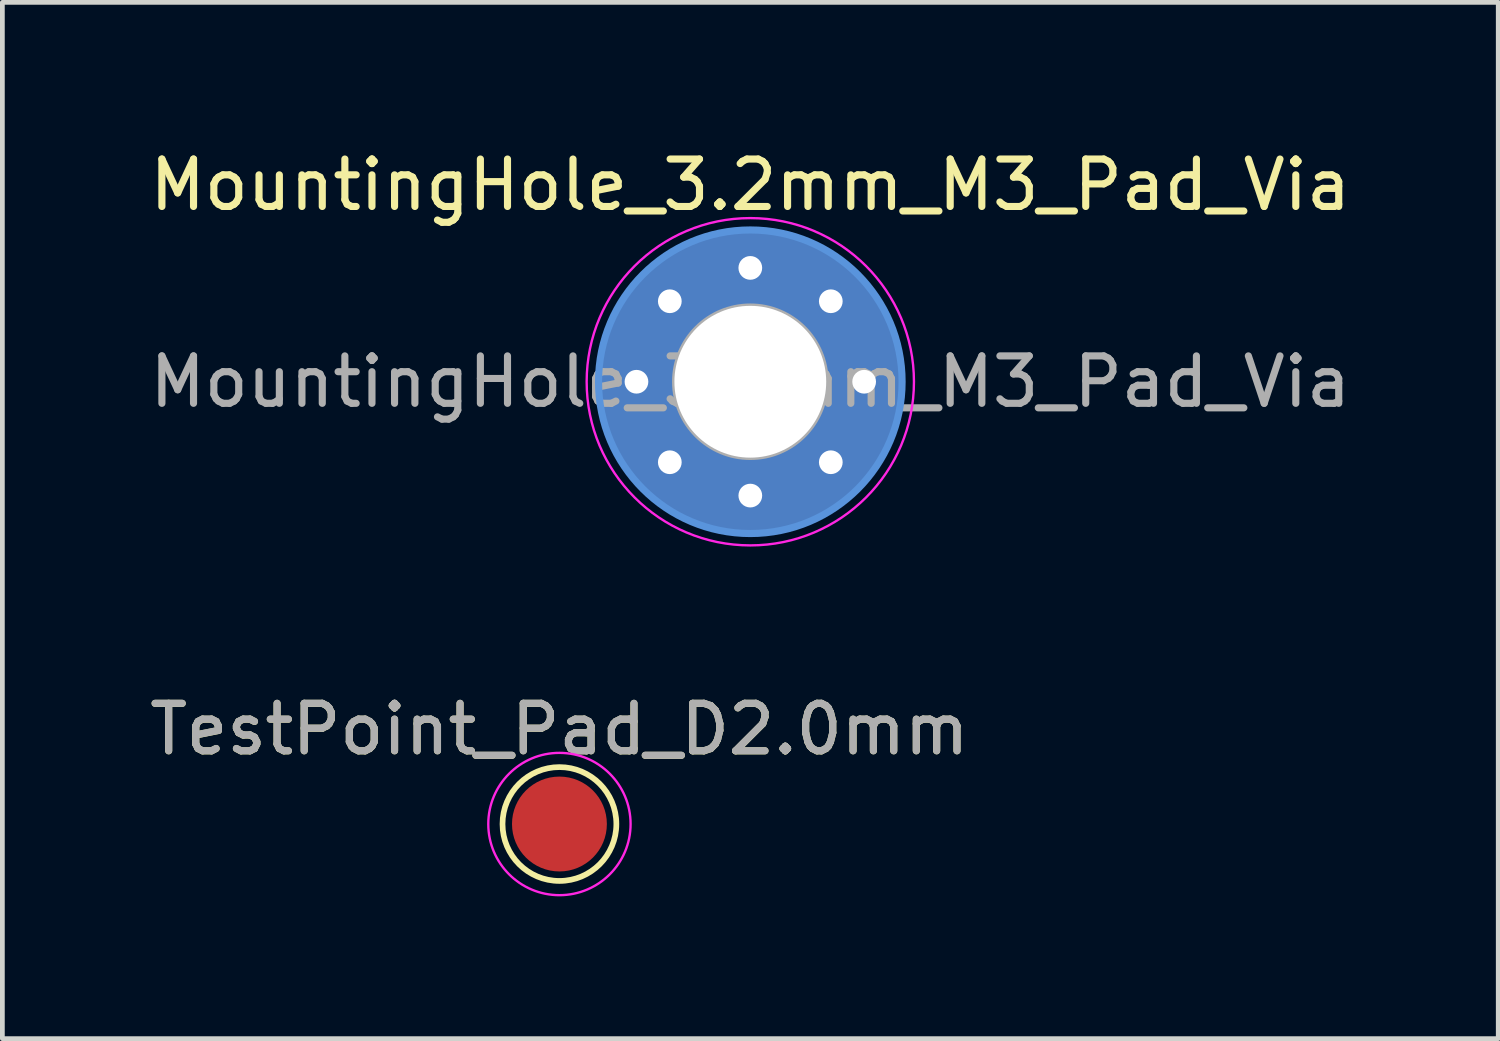
<source format=kicad_pcb>
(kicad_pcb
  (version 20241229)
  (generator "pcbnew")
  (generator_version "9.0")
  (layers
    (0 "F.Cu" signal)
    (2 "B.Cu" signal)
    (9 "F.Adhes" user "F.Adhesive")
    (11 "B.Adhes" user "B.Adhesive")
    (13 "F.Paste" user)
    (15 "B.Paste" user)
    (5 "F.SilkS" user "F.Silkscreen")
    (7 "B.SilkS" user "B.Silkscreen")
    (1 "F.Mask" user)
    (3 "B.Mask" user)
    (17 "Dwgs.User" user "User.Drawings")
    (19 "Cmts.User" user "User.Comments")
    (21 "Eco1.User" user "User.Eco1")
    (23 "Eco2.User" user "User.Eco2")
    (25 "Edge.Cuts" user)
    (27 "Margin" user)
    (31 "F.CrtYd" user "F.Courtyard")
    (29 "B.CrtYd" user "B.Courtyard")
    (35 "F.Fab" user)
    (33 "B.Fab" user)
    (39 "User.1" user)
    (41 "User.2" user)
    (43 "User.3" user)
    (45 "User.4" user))
  (footprint "TestPoint_Pad_D2.0mm"
    (layer "F.Cu")
    (at 8.744 14.322)
    (property "Reference" "TestPoint_Pad_D2.0mm" (at 0 -1.998 0) (layer "F.SilkS") (effects (font (size 1 1) (thickness 0.15))))
    (attr exclude_from_pos_files exclude_from_bom)
    (fp_circle (center 0 0) (end 0 1.2) (stroke (width 0.12) (type solid)) (fill no) (layer "F.SilkS"))
    (fp_circle (center 0 0) (end 1.5 0) (stroke (width 0.05) (type solid)) (fill no) (layer "F.CrtYd"))
    (fp_text user "${REFERENCE}" (at 0 -2 0) (layer "F.Fab") (effects (font (size 1 1) (thickness 0.15))))
    (pad "1" smd circle (at 0 0) (size 2 2) (layers "F.Cu" "F.Mask")))
  (footprint "MountingHole_3.2mm_M3_Pad_Via"
    (layer "F.Cu")
    (at 12.768 4.998)
    (property "Reference" "MountingHole_3.2mm_M3_Pad_Via" (at 0 -4.15 0) (layer "F.SilkS") (effects (font (size 1 1) (thickness 0.15))))
    (attr exclude_from_pos_files exclude_from_bom)
    (fp_circle (center 0 0) (end 3.2 0) (stroke (width 0.15) (type solid)) (fill no) (layer "Cmts.User"))
    (fp_circle (center 0 0) (end 3.45 0) (stroke (width 0.05) (type solid)) (fill no) (layer "F.CrtYd"))
    (fp_circle (center 0 0) (end 0 -3.2) (stroke (width 0.1) (type dash)) (fill no) (layer "F.Fab"))
    (fp_circle (center 0 0) (end 0 -1.6) (stroke (width 0.1) (type solid)) (fill no) (layer "F.Fab"))
    (fp_text user "${REFERENCE}" (at 0 0 0) (layer "F.Fab") (effects (font (size 1 1) (thickness 0.15))))
    (pad "1" thru_hole circle (at -2.4 0) (size 0.8 0.8) (drill 0.5) (layers "*.Cu" "*.Mask"))
    (pad "1" thru_hole circle (at -1.697 -1.697) (size 0.8 0.8) (drill 0.5) (layers "*.Cu" "*.Mask"))
    (pad "1" thru_hole circle (at -1.697 1.697) (size 0.8 0.8) (drill 0.5) (layers "*.Cu" "*.Mask"))
    (pad "1" thru_hole circle (at 0 -2.4) (size 0.8 0.8) (drill 0.5) (layers "*.Cu" "*.Mask"))
    (pad "1" thru_hole circle (at 0 0) (size 6.4 6.4) (drill 3.2) (layers "*.Cu" "*.Mask"))
    (pad "1" thru_hole circle (at 0 2.4) (size 0.8 0.8) (drill 0.5) (layers "*.Cu" "*.Mask"))
    (pad "1" thru_hole circle (at 1.697 -1.697) (size 0.8 0.8) (drill 0.5) (layers "*.Cu" "*.Mask"))
    (pad "1" thru_hole circle (at 1.697 1.697) (size 0.8 0.8) (drill 0.5) (layers "*.Cu" "*.Mask"))
    (pad "1" thru_hole circle (at 2.4 0) (size 0.8 0.8) (drill 0.5) (layers "*.Cu" "*.Mask")))
  (gr_rect
    (start -3 -3)
    (end 28.536 18.846)
    (stroke (width 0.1) (type default))
    (fill no)
    (layer "Edge.Cuts")))
</source>
